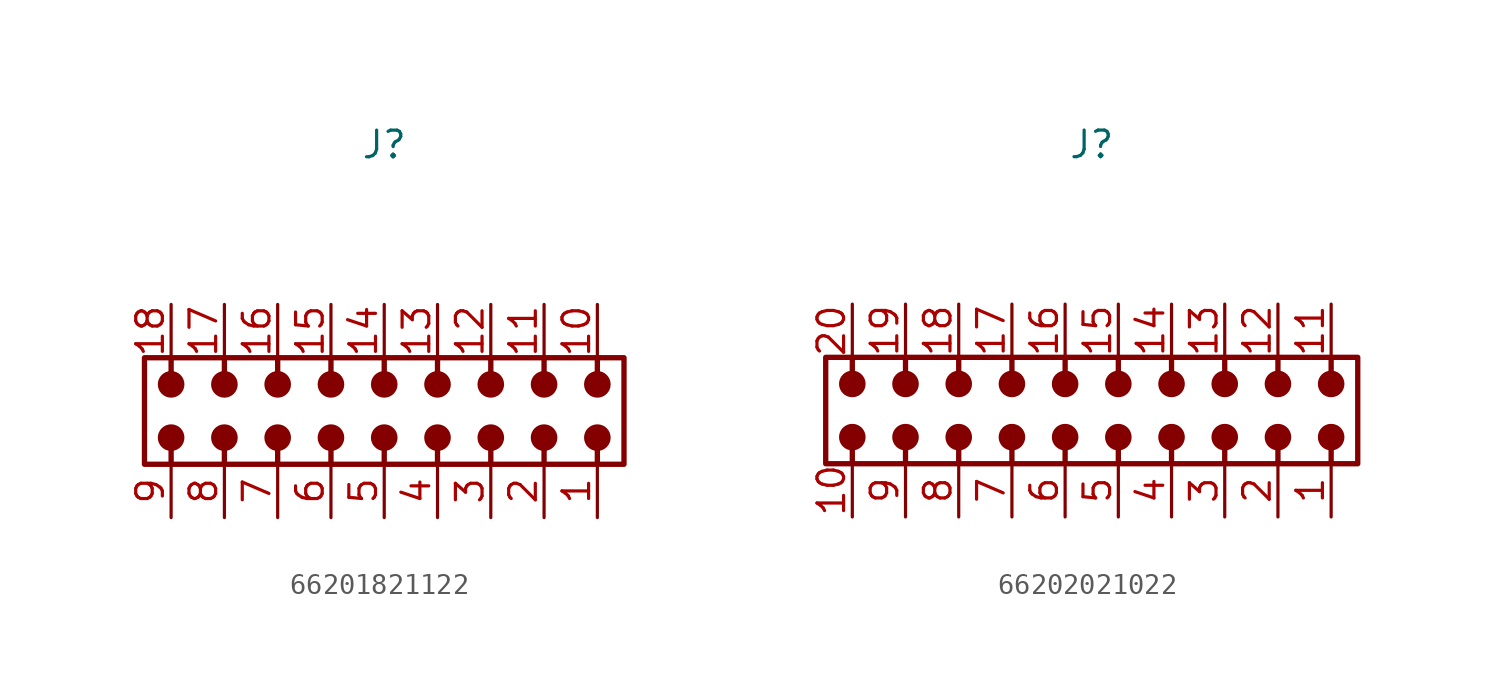
<source format=kicad_sym>
(kicad_symbol_lib
  (version 20241209)
  (generator "kicad_symbol_editor")
  (generator_version "9.0")
  (symbol "66201821122"
    (pin_names
      (hide yes))
    (property "Reference" "J"
      (at 0 12.7 0)
      (effects (font (size 1.27 1.27))))
    (symbol "66201821122_1_1"
      (rectangle (start -11.43 2.54) (end 11.43 -2.54) (stroke (width 0.254) (type solid)) (fill (type none)))
      (polyline (pts (xy -10.16 1.778) (xy -10.16 2.54)) (stroke (width 0.254) (type solid)) (fill (type none)))
      (circle (center -10.16 1.27) (radius 0.508) (stroke (width 0.254) (type solid)) (fill (type outline)))
      (circle (center -10.16 -1.27) (radius 0.508) (stroke (width 0.254) (type solid)) (fill (type outline)))
      (polyline (pts (xy -10.16 -1.778) (xy -10.16 -2.54)) (stroke (width 0.254) (type solid)) (fill (type none)))
      (polyline (pts (xy -7.62 1.778) (xy -7.62 2.54)) (stroke (width 0.254) (type solid)) (fill (type none)))
      (circle (center -7.62 1.27) (radius 0.508) (stroke (width 0.254) (type solid)) (fill (type outline)))
      (circle (center -7.62 -1.27) (radius 0.508) (stroke (width 0.254) (type solid)) (fill (type outline)))
      (polyline (pts (xy -7.62 -1.778) (xy -7.62 -2.54)) (stroke (width 0.254) (type solid)) (fill (type none)))
      (polyline (pts (xy -5.08 1.778) (xy -5.08 2.54)) (stroke (width 0.254) (type solid)) (fill (type none)))
      (circle (center -5.08 1.27) (radius 0.508) (stroke (width 0.254) (type solid)) (fill (type outline)))
      (circle (center -5.08 -1.27) (radius 0.508) (stroke (width 0.254) (type solid)) (fill (type outline)))
      (polyline (pts (xy -5.08 -1.778) (xy -5.08 -2.54)) (stroke (width 0.254) (type solid)) (fill (type none)))
      (polyline (pts (xy -2.54 1.778) (xy -2.54 2.54)) (stroke (width 0.254) (type solid)) (fill (type none)))
      (circle (center -2.54 1.27) (radius 0.508) (stroke (width 0.254) (type solid)) (fill (type outline)))
      (circle (center -2.54 -1.27) (radius 0.508) (stroke (width 0.254) (type solid)) (fill (type outline)))
      (polyline (pts (xy -2.54 -1.778) (xy -2.54 -2.54)) (stroke (width 0.254) (type solid)) (fill (type none)))
      (polyline (pts (xy 0 1.778) (xy 0 2.54)) (stroke (width 0.254) (type solid)) (fill (type none)))
      (circle (center 0 1.27) (radius 0.508) (stroke (width 0.254) (type solid)) (fill (type outline)))
      (circle (center 0 -1.27) (radius 0.508) (stroke (width 0.254) (type solid)) (fill (type outline)))
      (polyline (pts (xy 0 -1.778) (xy 0 -2.54)) (stroke (width 0.254) (type solid)) (fill (type none)))
      (polyline (pts (xy 2.54 1.778) (xy 2.54 2.54)) (stroke (width 0.254) (type solid)) (fill (type none)))
      (circle (center 2.54 1.27) (radius 0.508) (stroke (width 0.254) (type solid)) (fill (type outline)))
      (circle (center 2.54 -1.27) (radius 0.508) (stroke (width 0.254) (type solid)) (fill (type outline)))
      (polyline (pts (xy 2.54 -1.778) (xy 2.54 -2.54)) (stroke (width 0.254) (type solid)) (fill (type none)))
      (polyline (pts (xy 5.08 1.778) (xy 5.08 2.54)) (stroke (width 0.254) (type solid)) (fill (type none)))
      (circle (center 5.08 1.27) (radius 0.508) (stroke (width 0.254) (type solid)) (fill (type outline)))
      (circle (center 5.08 -1.27) (radius 0.508) (stroke (width 0.254) (type solid)) (fill (type outline)))
      (polyline (pts (xy 5.08 -1.778) (xy 5.08 -2.54)) (stroke (width 0.254) (type solid)) (fill (type none)))
      (polyline (pts (xy 7.62 1.778) (xy 7.62 2.54)) (stroke (width 0.254) (type solid)) (fill (type none)))
      (circle (center 7.62 1.27) (radius 0.508) (stroke (width 0.254) (type solid)) (fill (type outline)))
      (circle (center 7.62 -1.27) (radius 0.508) (stroke (width 0.254) (type solid)) (fill (type outline)))
      (polyline (pts (xy 7.62 -1.778) (xy 7.62 -2.54)) (stroke (width 0.254) (type solid)) (fill (type none)))
      (polyline (pts (xy 10.16 1.778) (xy 10.16 2.54)) (stroke (width 0.254) (type solid)) (fill (type none)))
      (circle (center 10.16 1.27) (radius 0.508) (stroke (width 0.254) (type solid)) (fill (type outline)))
      (circle (center 10.16 -1.27) (radius 0.508) (stroke (width 0.254) (type solid)) (fill (type outline)))
      (polyline (pts (xy 10.16 -1.778) (xy 10.16 -2.54)) (stroke (width 0.254) (type solid)) (fill (type none)))
      (pin passive line (at -10.16 5.08 270) (length 2.54) (name "18" (effects (font (size 1.27 1.27)))) (number "18" (effects (font (size 1.27 1.27)))))
      (pin passive line (at -10.16 -5.08 90) (length 2.54) (name "9" (effects (font (size 1.27 1.27)))) (number "9" (effects (font (size 1.27 1.27)))))
      (pin passive line (at -7.62 5.08 270) (length 2.54) (name "17" (effects (font (size 1.27 1.27)))) (number "17" (effects (font (size 1.27 1.27)))))
      (pin passive line (at -7.62 -5.08 90) (length 2.54) (name "8" (effects (font (size 1.27 1.27)))) (number "8" (effects (font (size 1.27 1.27)))))
      (pin passive line (at -5.08 5.08 270) (length 2.54) (name "16" (effects (font (size 1.27 1.27)))) (number "16" (effects (font (size 1.27 1.27)))))
      (pin passive line (at -5.08 -5.08 90) (length 2.54) (name "7" (effects (font (size 1.27 1.27)))) (number "7" (effects (font (size 1.27 1.27)))))
      (pin passive line (at -2.54 5.08 270) (length 2.54) (name "15" (effects (font (size 1.27 1.27)))) (number "15" (effects (font (size 1.27 1.27)))))
      (pin passive line (at -2.54 -5.08 90) (length 2.54) (name "6" (effects (font (size 1.27 1.27)))) (number "6" (effects (font (size 1.27 1.27)))))
      (pin passive line (at 0 5.08 270) (length 2.54) (name "14" (effects (font (size 1.27 1.27)))) (number "14" (effects (font (size 1.27 1.27)))))
      (pin passive line (at 0 -5.08 90) (length 2.54) (name "5" (effects (font (size 1.27 1.27)))) (number "5" (effects (font (size 1.27 1.27)))))
      (pin passive line (at 2.54 5.08 270) (length 2.54) (name "13" (effects (font (size 1.27 1.27)))) (number "13" (effects (font (size 1.27 1.27)))))
      (pin passive line (at 2.54 -5.08 90) (length 2.54) (name "4" (effects (font (size 1.27 1.27)))) (number "4" (effects (font (size 1.27 1.27)))))
      (pin passive line (at 5.08 5.08 270) (length 2.54) (name "12" (effects (font (size 1.27 1.27)))) (number "12" (effects (font (size 1.27 1.27)))))
      (pin passive line (at 5.08 -5.08 90) (length 2.54) (name "3" (effects (font (size 1.27 1.27)))) (number "3" (effects (font (size 1.27 1.27)))))
      (pin passive line (at 7.62 5.08 270) (length 2.54) (name "11" (effects (font (size 1.27 1.27)))) (number "11" (effects (font (size 1.27 1.27)))))
      (pin passive line (at 7.62 -5.08 90) (length 2.54) (name "2" (effects (font (size 1.27 1.27)))) (number "2" (effects (font (size 1.27 1.27)))))
      (pin passive line (at 10.16 5.08 270) (length 2.54) (name "10" (effects (font (size 1.27 1.27)))) (number "10" (effects (font (size 1.27 1.27)))))
      (pin passive line (at 10.16 -5.08 90) (length 2.54) (name "1" (effects (font (size 1.27 1.27)))) (number "1" (effects (font (size 1.27 1.27)))))))
  (symbol "66202021022"
    (pin_names
      (hide yes))
    (property "Reference" "J"
      (at 0 12.7 0)
      (effects (font (size 1.27 1.27))))
    (symbol "66202021022_1_1"
      (rectangle (start -12.7 2.54) (end 12.7 -2.54) (stroke (width 0.254) (type solid)) (fill (type none)))
      (polyline (pts (xy -11.43 1.778) (xy -11.43 2.54)) (stroke (width 0.254) (type solid)) (fill (type none)))
      (circle (center -11.43 1.27) (radius 0.508) (stroke (width 0.254) (type solid)) (fill (type outline)))
      (circle (center -11.43 -1.27) (radius 0.508) (stroke (width 0.254) (type solid)) (fill (type outline)))
      (polyline (pts (xy -11.43 -1.778) (xy -11.43 -2.54)) (stroke (width 0.254) (type solid)) (fill (type none)))
      (polyline (pts (xy -8.89 1.778) (xy -8.89 2.54)) (stroke (width 0.254) (type solid)) (fill (type none)))
      (circle (center -8.89 1.27) (radius 0.508) (stroke (width 0.254) (type solid)) (fill (type outline)))
      (circle (center -8.89 -1.27) (radius 0.508) (stroke (width 0.254) (type solid)) (fill (type outline)))
      (polyline (pts (xy -8.89 -1.778) (xy -8.89 -2.54)) (stroke (width 0.254) (type solid)) (fill (type none)))
      (polyline (pts (xy -6.35 1.778) (xy -6.35 2.54)) (stroke (width 0.254) (type solid)) (fill (type none)))
      (circle (center -6.35 1.27) (radius 0.508) (stroke (width 0.254) (type solid)) (fill (type outline)))
      (circle (center -6.35 -1.27) (radius 0.508) (stroke (width 0.254) (type solid)) (fill (type outline)))
      (polyline (pts (xy -6.35 -1.778) (xy -6.35 -2.54)) (stroke (width 0.254) (type solid)) (fill (type none)))
      (polyline (pts (xy -3.81 1.778) (xy -3.81 2.54)) (stroke (width 0.254) (type solid)) (fill (type none)))
      (circle (center -3.81 1.27) (radius 0.508) (stroke (width 0.254) (type solid)) (fill (type outline)))
      (circle (center -3.81 -1.27) (radius 0.508) (stroke (width 0.254) (type solid)) (fill (type outline)))
      (polyline (pts (xy -3.81 -1.778) (xy -3.81 -2.54)) (stroke (width 0.254) (type solid)) (fill (type none)))
      (polyline (pts (xy -1.27 1.778) (xy -1.27 2.54)) (stroke (width 0.254) (type solid)) (fill (type none)))
      (circle (center -1.27 1.27) (radius 0.508) (stroke (width 0.254) (type solid)) (fill (type outline)))
      (circle (center -1.27 -1.27) (radius 0.508) (stroke (width 0.254) (type solid)) (fill (type outline)))
      (polyline (pts (xy -1.27 -1.778) (xy -1.27 -2.54)) (stroke (width 0.254) (type solid)) (fill (type none)))
      (polyline (pts (xy 1.27 1.778) (xy 1.27 2.54)) (stroke (width 0.254) (type solid)) (fill (type none)))
      (circle (center 1.27 1.27) (radius 0.508) (stroke (width 0.254) (type solid)) (fill (type outline)))
      (circle (center 1.27 -1.27) (radius 0.508) (stroke (width 0.254) (type solid)) (fill (type outline)))
      (polyline (pts (xy 1.27 -1.778) (xy 1.27 -2.54)) (stroke (width 0.254) (type solid)) (fill (type none)))
      (polyline (pts (xy 3.81 1.778) (xy 3.81 2.54)) (stroke (width 0.254) (type solid)) (fill (type none)))
      (circle (center 3.81 1.27) (radius 0.508) (stroke (width 0.254) (type solid)) (fill (type outline)))
      (circle (center 3.81 -1.27) (radius 0.508) (stroke (width 0.254) (type solid)) (fill (type outline)))
      (polyline (pts (xy 3.81 -1.778) (xy 3.81 -2.54)) (stroke (width 0.254) (type solid)) (fill (type none)))
      (polyline (pts (xy 6.35 1.778) (xy 6.35 2.54)) (stroke (width 0.254) (type solid)) (fill (type none)))
      (circle (center 6.35 1.27) (radius 0.508) (stroke (width 0.254) (type solid)) (fill (type outline)))
      (circle (center 6.35 -1.27) (radius 0.508) (stroke (width 0.254) (type solid)) (fill (type outline)))
      (polyline (pts (xy 6.35 -1.778) (xy 6.35 -2.54)) (stroke (width 0.254) (type solid)) (fill (type none)))
      (polyline (pts (xy 8.89 1.778) (xy 8.89 2.54)) (stroke (width 0.254) (type solid)) (fill (type none)))
      (circle (center 8.89 1.27) (radius 0.508) (stroke (width 0.254) (type solid)) (fill (type outline)))
      (circle (center 8.89 -1.27) (radius 0.508) (stroke (width 0.254) (type solid)) (fill (type outline)))
      (polyline (pts (xy 8.89 -1.778) (xy 8.89 -2.54)) (stroke (width 0.254) (type solid)) (fill (type none)))
      (polyline (pts (xy 11.43 1.778) (xy 11.43 2.54)) (stroke (width 0.254) (type solid)) (fill (type none)))
      (circle (center 11.43 1.27) (radius 0.508) (stroke (width 0.254) (type solid)) (fill (type outline)))
      (circle (center 11.43 -1.27) (radius 0.508) (stroke (width 0.254) (type solid)) (fill (type outline)))
      (polyline (pts (xy 11.43 -1.778) (xy 11.43 -2.54)) (stroke (width 0.254) (type solid)) (fill (type none)))
      (pin passive line (at -11.43 5.08 270) (length 2.54) (name "20" (effects (font (size 1.27 1.27)))) (number "20" (effects (font (size 1.27 1.27)))))
      (pin passive line (at -11.43 -5.08 90) (length 2.54) (name "10" (effects (font (size 1.27 1.27)))) (number "10" (effects (font (size 1.27 1.27)))))
      (pin passive line (at -8.89 5.08 270) (length 2.54) (name "19" (effects (font (size 1.27 1.27)))) (number "19" (effects (font (size 1.27 1.27)))))
      (pin passive line (at -8.89 -5.08 90) (length 2.54) (name "9" (effects (font (size 1.27 1.27)))) (number "9" (effects (font (size 1.27 1.27)))))
      (pin passive line (at -6.35 5.08 270) (length 2.54) (name "18" (effects (font (size 1.27 1.27)))) (number "18" (effects (font (size 1.27 1.27)))))
      (pin passive line (at -6.35 -5.08 90) (length 2.54) (name "8" (effects (font (size 1.27 1.27)))) (number "8" (effects (font (size 1.27 1.27)))))
      (pin passive line (at -3.81 5.08 270) (length 2.54) (name "17" (effects (font (size 1.27 1.27)))) (number "17" (effects (font (size 1.27 1.27)))))
      (pin passive line (at -3.81 -5.08 90) (length 2.54) (name "7" (effects (font (size 1.27 1.27)))) (number "7" (effects (font (size 1.27 1.27)))))
      (pin passive line (at -1.27 5.08 270) (length 2.54) (name "16" (effects (font (size 1.27 1.27)))) (number "16" (effects (font (size 1.27 1.27)))))
      (pin passive line (at -1.27 -5.08 90) (length 2.54) (name "6" (effects (font (size 1.27 1.27)))) (number "6" (effects (font (size 1.27 1.27)))))
      (pin passive line (at 1.27 5.08 270) (length 2.54) (name "15" (effects (font (size 1.27 1.27)))) (number "15" (effects (font (size 1.27 1.27)))))
      (pin passive line (at 1.27 -5.08 90) (length 2.54) (name "5" (effects (font (size 1.27 1.27)))) (number "5" (effects (font (size 1.27 1.27)))))
      (pin passive line (at 3.81 5.08 270) (length 2.54) (name "14" (effects (font (size 1.27 1.27)))) (number "14" (effects (font (size 1.27 1.27)))))
      (pin passive line (at 3.81 -5.08 90) (length 2.54) (name "4" (effects (font (size 1.27 1.27)))) (number "4" (effects (font (size 1.27 1.27)))))
      (pin passive line (at 6.35 5.08 270) (length 2.54) (name "13" (effects (font (size 1.27 1.27)))) (number "13" (effects (font (size 1.27 1.27)))))
      (pin passive line (at 6.35 -5.08 90) (length 2.54) (name "3" (effects (font (size 1.27 1.27)))) (number "3" (effects (font (size 1.27 1.27)))))
      (pin passive line (at 8.89 5.08 270) (length 2.54) (name "12" (effects (font (size 1.27 1.27)))) (number "12" (effects (font (size 1.27 1.27)))))
      (pin passive line (at 8.89 -5.08 90) (length 2.54) (name "2" (effects (font (size 1.27 1.27)))) (number "2" (effects (font (size 1.27 1.27)))))
      (pin passive line (at 11.43 5.08 270) (length 2.54) (name "11" (effects (font (size 1.27 1.27)))) (number "11" (effects (font (size 1.27 1.27)))))
      (pin passive line (at 11.43 -5.08 90) (length 2.54) (name "1" (effects (font (size 1.27 1.27)))) (number "1" (effects (font (size 1.27 1.27))))))))
</source>
